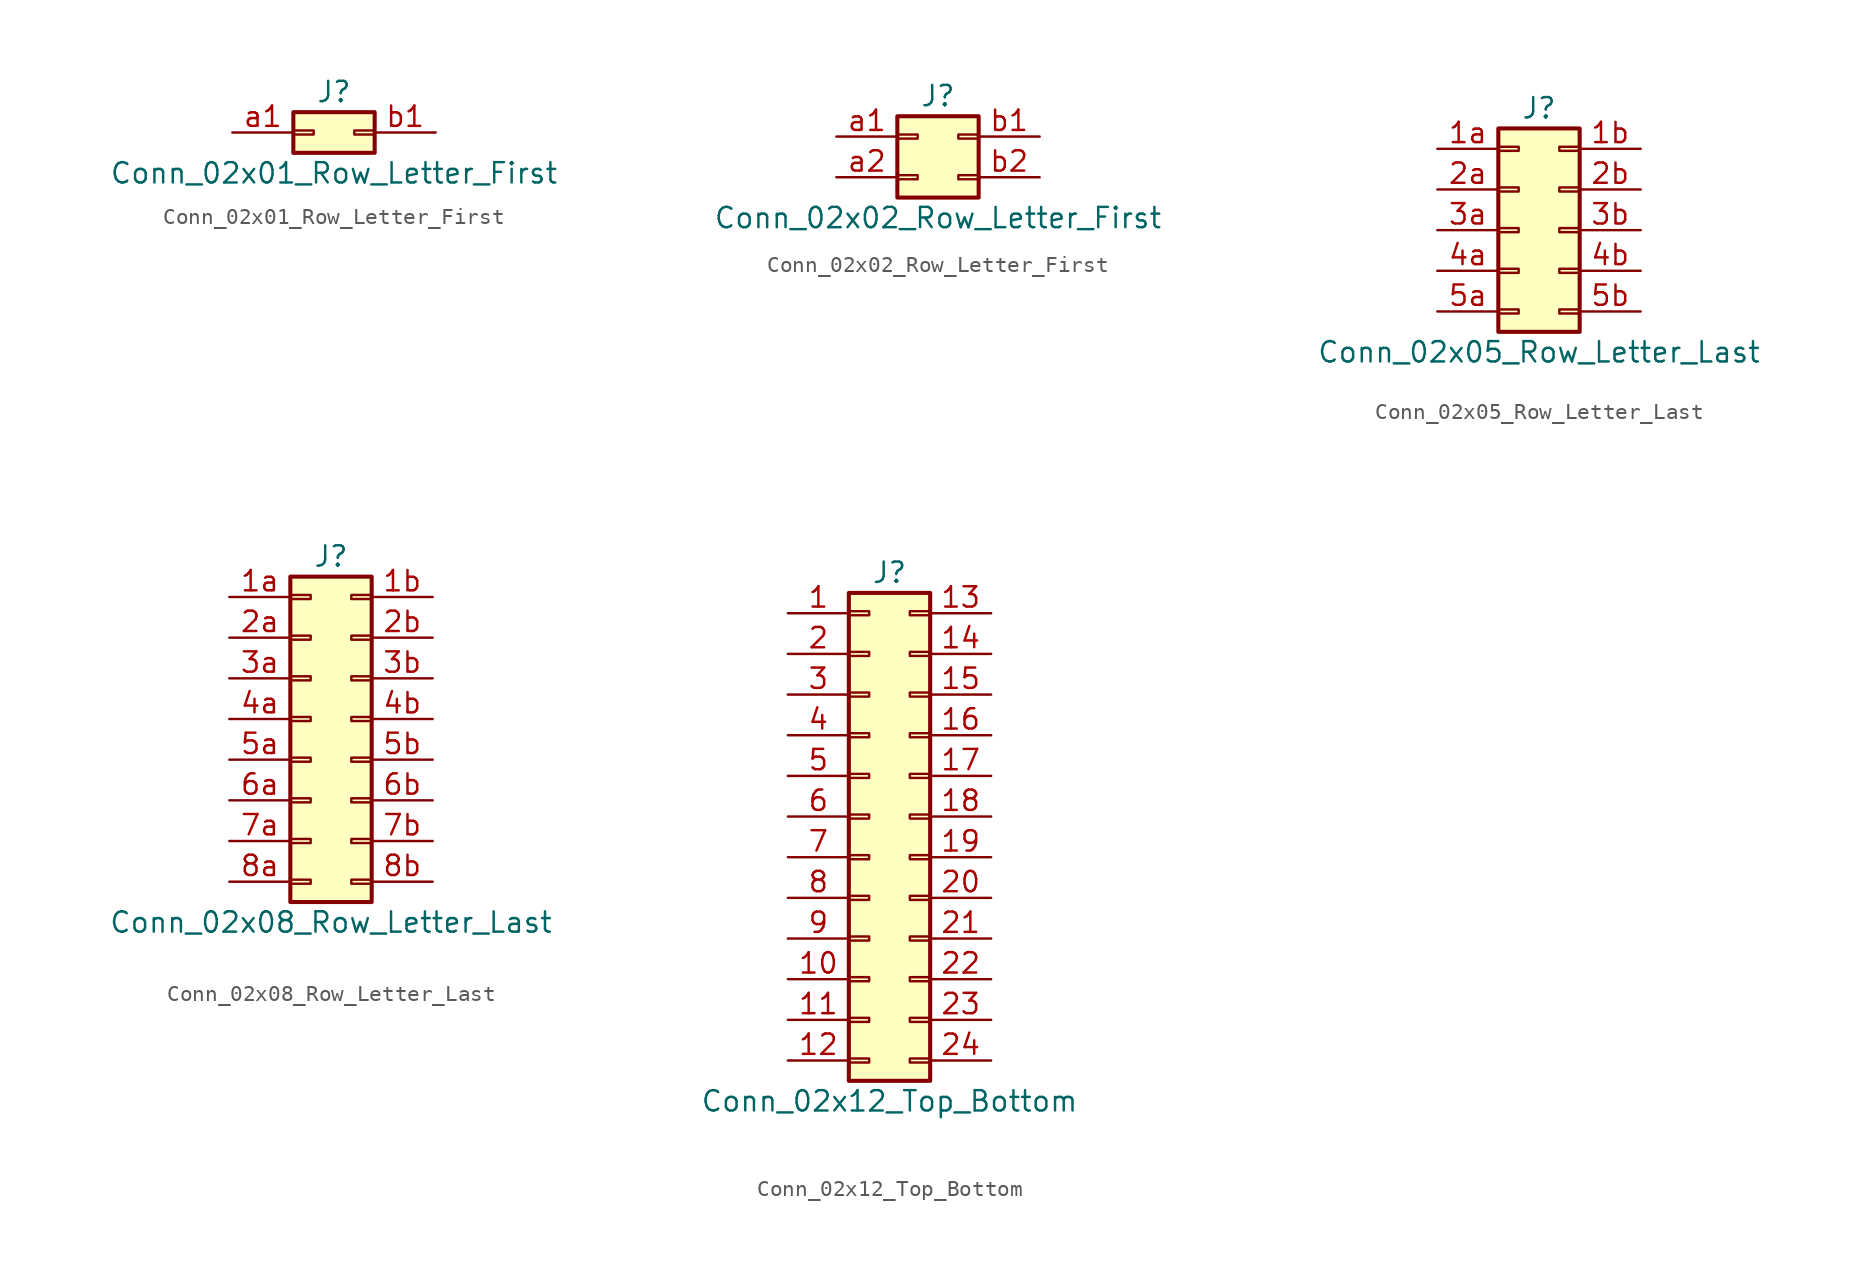
<source format=kicad_sym>
(kicad_symbol_lib
  (version 20211014)
  (generator kicad_symbol_editor)
  (symbol "Conn_02x01_Row_Letter_First"
    (pin_names
      (offset 1.016) hide)
    (property "Reference" "J"
      (at 1.27 2.54 0)
      (effects (font (size 1.27 1.27))))
    (property "Value" "Conn_02x01_Row_Letter_First"
      (at 1.27 -2.54 0)
      (effects (font (size 1.27 1.27))))
    (symbol "Conn_02x01_Row_Letter_First_1_1"
      (rectangle (start -1.27 0.127) (end 0 -0.127) (stroke (width 0.152) (type default) (color 0 0 0 0)) (fill (type none)))
      (rectangle (start -1.27 1.27) (end 3.81 -1.27) (stroke (width 0.254) (type default) (color 0 0 0 0)) (fill (type background)))
      (rectangle (start 3.81 0.127) (end 2.54 -0.127) (stroke (width 0.152) (type default) (color 0 0 0 0)) (fill (type none)))
      (pin passive line (at -5.08 0 0) (length 3.81) (name "Pin_a1" (effects (font (size 1.27 1.27)))) (number "a1" (effects (font (size 1.27 1.27)))))
      (pin passive line (at 7.62 0 180) (length 3.81) (name "Pin_b1" (effects (font (size 1.27 1.27)))) (number "b1" (effects (font (size 1.27 1.27)))))))
  (symbol "Conn_02x02_Row_Letter_First"
    (pin_names
      (offset 1.016) hide)
    (property "Reference" "J"
      (at 1.27 2.54 0)
      (effects (font (size 1.27 1.27))))
    (property "Value" "Conn_02x02_Row_Letter_First"
      (at 1.27 -5.08 0)
      (effects (font (size 1.27 1.27))))
    (symbol "Conn_02x02_Row_Letter_First_1_1"
      (rectangle (start -1.27 -2.413) (end 0 -2.667) (stroke (width 0.152) (type default) (color 0 0 0 0)) (fill (type none)))
      (rectangle (start -1.27 0.127) (end 0 -0.127) (stroke (width 0.152) (type default) (color 0 0 0 0)) (fill (type none)))
      (rectangle (start -1.27 1.27) (end 3.81 -3.81) (stroke (width 0.254) (type default) (color 0 0 0 0)) (fill (type background)))
      (rectangle (start 3.81 -2.413) (end 2.54 -2.667) (stroke (width 0.152) (type default) (color 0 0 0 0)) (fill (type none)))
      (rectangle (start 3.81 0.127) (end 2.54 -0.127) (stroke (width 0.152) (type default) (color 0 0 0 0)) (fill (type none)))
      (pin passive line (at -5.08 0 0) (length 3.81) (name "Pin_a1" (effects (font (size 1.27 1.27)))) (number "a1" (effects (font (size 1.27 1.27)))))
      (pin passive line (at -5.08 -2.54 0) (length 3.81) (name "Pin_a2" (effects (font (size 1.27 1.27)))) (number "a2" (effects (font (size 1.27 1.27)))))
      (pin passive line (at 7.62 0 180) (length 3.81) (name "Pin_b1" (effects (font (size 1.27 1.27)))) (number "b1" (effects (font (size 1.27 1.27)))))
      (pin passive line (at 7.62 -2.54 180) (length 3.81) (name "Pin_b2" (effects (font (size 1.27 1.27)))) (number "b2" (effects (font (size 1.27 1.27)))))))
  (symbol "Conn_02x05_Row_Letter_Last"
    (pin_names
      (offset 1.016) hide)
    (property "Reference" "J"
      (at 1.27 7.62 0)
      (effects (font (size 1.27 1.27))))
    (property "Value" "Conn_02x05_Row_Letter_Last"
      (at 1.27 -7.62 0)
      (effects (font (size 1.27 1.27))))
    (symbol "Conn_02x05_Row_Letter_Last_1_1"
      (rectangle (start -1.27 -4.953) (end 0 -5.207) (stroke (width 0.152) (type default) (color 0 0 0 0)) (fill (type none)))
      (rectangle (start -1.27 -2.413) (end 0 -2.667) (stroke (width 0.152) (type default) (color 0 0 0 0)) (fill (type none)))
      (rectangle (start -1.27 0.127) (end 0 -0.127) (stroke (width 0.152) (type default) (color 0 0 0 0)) (fill (type none)))
      (rectangle (start -1.27 2.667) (end 0 2.413) (stroke (width 0.152) (type default) (color 0 0 0 0)) (fill (type none)))
      (rectangle (start -1.27 5.207) (end 0 4.953) (stroke (width 0.152) (type default) (color 0 0 0 0)) (fill (type none)))
      (rectangle (start -1.27 6.35) (end 3.81 -6.35) (stroke (width 0.254) (type default) (color 0 0 0 0)) (fill (type background)))
      (rectangle (start 3.81 -4.953) (end 2.54 -5.207) (stroke (width 0.152) (type default) (color 0 0 0 0)) (fill (type none)))
      (rectangle (start 3.81 -2.413) (end 2.54 -2.667) (stroke (width 0.152) (type default) (color 0 0 0 0)) (fill (type none)))
      (rectangle (start 3.81 0.127) (end 2.54 -0.127) (stroke (width 0.152) (type default) (color 0 0 0 0)) (fill (type none)))
      (rectangle (start 3.81 2.667) (end 2.54 2.413) (stroke (width 0.152) (type default) (color 0 0 0 0)) (fill (type none)))
      (rectangle (start 3.81 5.207) (end 2.54 4.953) (stroke (width 0.152) (type default) (color 0 0 0 0)) (fill (type none)))
      (pin passive line (at -5.08 5.08 0) (length 3.81) (name "Pin_1a" (effects (font (size 1.27 1.27)))) (number "1a" (effects (font (size 1.27 1.27)))))
      (pin passive line (at 7.62 5.08 180) (length 3.81) (name "Pin_1b" (effects (font (size 1.27 1.27)))) (number "1b" (effects (font (size 1.27 1.27)))))
      (pin passive line (at -5.08 2.54 0) (length 3.81) (name "Pin_2a" (effects (font (size 1.27 1.27)))) (number "2a" (effects (font (size 1.27 1.27)))))
      (pin passive line (at 7.62 2.54 180) (length 3.81) (name "Pin_2b" (effects (font (size 1.27 1.27)))) (number "2b" (effects (font (size 1.27 1.27)))))
      (pin passive line (at -5.08 0 0) (length 3.81) (name "Pin_3a" (effects (font (size 1.27 1.27)))) (number "3a" (effects (font (size 1.27 1.27)))))
      (pin passive line (at 7.62 0 180) (length 3.81) (name "Pin_3b" (effects (font (size 1.27 1.27)))) (number "3b" (effects (font (size 1.27 1.27)))))
      (pin passive line (at -5.08 -2.54 0) (length 3.81) (name "Pin_4a" (effects (font (size 1.27 1.27)))) (number "4a" (effects (font (size 1.27 1.27)))))
      (pin passive line (at 7.62 -2.54 180) (length 3.81) (name "Pin_4b" (effects (font (size 1.27 1.27)))) (number "4b" (effects (font (size 1.27 1.27)))))
      (pin passive line (at -5.08 -5.08 0) (length 3.81) (name "Pin_5a" (effects (font (size 1.27 1.27)))) (number "5a" (effects (font (size 1.27 1.27)))))
      (pin passive line (at 7.62 -5.08 180) (length 3.81) (name "Pin_5b" (effects (font (size 1.27 1.27)))) (number "5b" (effects (font (size 1.27 1.27)))))))
  (symbol "Conn_02x08_Row_Letter_Last"
    (pin_names
      (offset 1.016) hide)
    (property "Reference" "J"
      (at 1.27 10.16 0)
      (effects (font (size 1.27 1.27))))
    (property "Value" "Conn_02x08_Row_Letter_Last"
      (at 1.27 -12.7 0)
      (effects (font (size 1.27 1.27))))
    (symbol "Conn_02x08_Row_Letter_Last_1_1"
      (rectangle (start -1.27 -10.033) (end 0 -10.287) (stroke (width 0.152) (type default) (color 0 0 0 0)) (fill (type none)))
      (rectangle (start -1.27 -7.493) (end 0 -7.747) (stroke (width 0.152) (type default) (color 0 0 0 0)) (fill (type none)))
      (rectangle (start -1.27 -4.953) (end 0 -5.207) (stroke (width 0.152) (type default) (color 0 0 0 0)) (fill (type none)))
      (rectangle (start -1.27 -2.413) (end 0 -2.667) (stroke (width 0.152) (type default) (color 0 0 0 0)) (fill (type none)))
      (rectangle (start -1.27 0.127) (end 0 -0.127) (stroke (width 0.152) (type default) (color 0 0 0 0)) (fill (type none)))
      (rectangle (start -1.27 2.667) (end 0 2.413) (stroke (width 0.152) (type default) (color 0 0 0 0)) (fill (type none)))
      (rectangle (start -1.27 5.207) (end 0 4.953) (stroke (width 0.152) (type default) (color 0 0 0 0)) (fill (type none)))
      (rectangle (start -1.27 7.747) (end 0 7.493) (stroke (width 0.152) (type default) (color 0 0 0 0)) (fill (type none)))
      (rectangle (start -1.27 8.89) (end 3.81 -11.43) (stroke (width 0.254) (type default) (color 0 0 0 0)) (fill (type background)))
      (rectangle (start 3.81 -10.033) (end 2.54 -10.287) (stroke (width 0.152) (type default) (color 0 0 0 0)) (fill (type none)))
      (rectangle (start 3.81 -7.493) (end 2.54 -7.747) (stroke (width 0.152) (type default) (color 0 0 0 0)) (fill (type none)))
      (rectangle (start 3.81 -4.953) (end 2.54 -5.207) (stroke (width 0.152) (type default) (color 0 0 0 0)) (fill (type none)))
      (rectangle (start 3.81 -2.413) (end 2.54 -2.667) (stroke (width 0.152) (type default) (color 0 0 0 0)) (fill (type none)))
      (rectangle (start 3.81 0.127) (end 2.54 -0.127) (stroke (width 0.152) (type default) (color 0 0 0 0)) (fill (type none)))
      (rectangle (start 3.81 2.667) (end 2.54 2.413) (stroke (width 0.152) (type default) (color 0 0 0 0)) (fill (type none)))
      (rectangle (start 3.81 5.207) (end 2.54 4.953) (stroke (width 0.152) (type default) (color 0 0 0 0)) (fill (type none)))
      (rectangle (start 3.81 7.747) (end 2.54 7.493) (stroke (width 0.152) (type default) (color 0 0 0 0)) (fill (type none)))
      (pin passive line (at -5.08 7.62 0) (length 3.81) (name "Pin_1a" (effects (font (size 1.27 1.27)))) (number "1a" (effects (font (size 1.27 1.27)))))
      (pin passive line (at 7.62 7.62 180) (length 3.81) (name "Pin_1b" (effects (font (size 1.27 1.27)))) (number "1b" (effects (font (size 1.27 1.27)))))
      (pin passive line (at -5.08 5.08 0) (length 3.81) (name "Pin_2a" (effects (font (size 1.27 1.27)))) (number "2a" (effects (font (size 1.27 1.27)))))
      (pin passive line (at 7.62 5.08 180) (length 3.81) (name "Pin_2b" (effects (font (size 1.27 1.27)))) (number "2b" (effects (font (size 1.27 1.27)))))
      (pin passive line (at -5.08 2.54 0) (length 3.81) (name "Pin_3a" (effects (font (size 1.27 1.27)))) (number "3a" (effects (font (size 1.27 1.27)))))
      (pin passive line (at 7.62 2.54 180) (length 3.81) (name "Pin_3b" (effects (font (size 1.27 1.27)))) (number "3b" (effects (font (size 1.27 1.27)))))
      (pin passive line (at -5.08 0 0) (length 3.81) (name "Pin_4a" (effects (font (size 1.27 1.27)))) (number "4a" (effects (font (size 1.27 1.27)))))
      (pin passive line (at 7.62 0 180) (length 3.81) (name "Pin_4b" (effects (font (size 1.27 1.27)))) (number "4b" (effects (font (size 1.27 1.27)))))
      (pin passive line (at -5.08 -2.54 0) (length 3.81) (name "Pin_5a" (effects (font (size 1.27 1.27)))) (number "5a" (effects (font (size 1.27 1.27)))))
      (pin passive line (at 7.62 -2.54 180) (length 3.81) (name "Pin_5b" (effects (font (size 1.27 1.27)))) (number "5b" (effects (font (size 1.27 1.27)))))
      (pin passive line (at -5.08 -5.08 0) (length 3.81) (name "Pin_6a" (effects (font (size 1.27 1.27)))) (number "6a" (effects (font (size 1.27 1.27)))))
      (pin passive line (at 7.62 -5.08 180) (length 3.81) (name "Pin_6b" (effects (font (size 1.27 1.27)))) (number "6b" (effects (font (size 1.27 1.27)))))
      (pin passive line (at -5.08 -7.62 0) (length 3.81) (name "Pin_7a" (effects (font (size 1.27 1.27)))) (number "7a" (effects (font (size 1.27 1.27)))))
      (pin passive line (at 7.62 -7.62 180) (length 3.81) (name "Pin_7b" (effects (font (size 1.27 1.27)))) (number "7b" (effects (font (size 1.27 1.27)))))
      (pin passive line (at -5.08 -10.16 0) (length 3.81) (name "Pin_8a" (effects (font (size 1.27 1.27)))) (number "8a" (effects (font (size 1.27 1.27)))))
      (pin passive line (at 7.62 -10.16 180) (length 3.81) (name "Pin_8b" (effects (font (size 1.27 1.27)))) (number "8b" (effects (font (size 1.27 1.27)))))))
  (symbol "Conn_02x12_Top_Bottom"
    (pin_names
      (offset 1.016) hide)
    (property "Reference" "J"
      (at 1.27 15.24 0)
      (effects (font (size 1.27 1.27))))
    (property "Value" "Conn_02x12_Top_Bottom"
      (at 1.27 -17.78 0)
      (effects (font (size 1.27 1.27))))
    (symbol "Conn_02x12_Top_Bottom_1_1"
      (rectangle (start -1.27 -15.113) (end 0 -15.367) (stroke (width 0.152) (type default) (color 0 0 0 0)) (fill (type none)))
      (rectangle (start -1.27 -12.573) (end 0 -12.827) (stroke (width 0.152) (type default) (color 0 0 0 0)) (fill (type none)))
      (rectangle (start -1.27 -10.033) (end 0 -10.287) (stroke (width 0.152) (type default) (color 0 0 0 0)) (fill (type none)))
      (rectangle (start -1.27 -7.493) (end 0 -7.747) (stroke (width 0.152) (type default) (color 0 0 0 0)) (fill (type none)))
      (rectangle (start -1.27 -4.953) (end 0 -5.207) (stroke (width 0.152) (type default) (color 0 0 0 0)) (fill (type none)))
      (rectangle (start -1.27 -2.413) (end 0 -2.667) (stroke (width 0.152) (type default) (color 0 0 0 0)) (fill (type none)))
      (rectangle (start -1.27 0.127) (end 0 -0.127) (stroke (width 0.152) (type default) (color 0 0 0 0)) (fill (type none)))
      (rectangle (start -1.27 2.667) (end 0 2.413) (stroke (width 0.152) (type default) (color 0 0 0 0)) (fill (type none)))
      (rectangle (start -1.27 5.207) (end 0 4.953) (stroke (width 0.152) (type default) (color 0 0 0 0)) (fill (type none)))
      (rectangle (start -1.27 7.747) (end 0 7.493) (stroke (width 0.152) (type default) (color 0 0 0 0)) (fill (type none)))
      (rectangle (start -1.27 10.287) (end 0 10.033) (stroke (width 0.152) (type default) (color 0 0 0 0)) (fill (type none)))
      (rectangle (start -1.27 12.827) (end 0 12.573) (stroke (width 0.152) (type default) (color 0 0 0 0)) (fill (type none)))
      (rectangle (start -1.27 13.97) (end 3.81 -16.51) (stroke (width 0.254) (type default) (color 0 0 0 0)) (fill (type background)))
      (rectangle (start 3.81 -15.113) (end 2.54 -15.367) (stroke (width 0.152) (type default) (color 0 0 0 0)) (fill (type none)))
      (rectangle (start 3.81 -12.573) (end 2.54 -12.827) (stroke (width 0.152) (type default) (color 0 0 0 0)) (fill (type none)))
      (rectangle (start 3.81 -10.033) (end 2.54 -10.287) (stroke (width 0.152) (type default) (color 0 0 0 0)) (fill (type none)))
      (rectangle (start 3.81 -7.493) (end 2.54 -7.747) (stroke (width 0.152) (type default) (color 0 0 0 0)) (fill (type none)))
      (rectangle (start 3.81 -4.953) (end 2.54 -5.207) (stroke (width 0.152) (type default) (color 0 0 0 0)) (fill (type none)))
      (rectangle (start 3.81 -2.413) (end 2.54 -2.667) (stroke (width 0.152) (type default) (color 0 0 0 0)) (fill (type none)))
      (rectangle (start 3.81 0.127) (end 2.54 -0.127) (stroke (width 0.152) (type default) (color 0 0 0 0)) (fill (type none)))
      (rectangle (start 3.81 2.667) (end 2.54 2.413) (stroke (width 0.152) (type default) (color 0 0 0 0)) (fill (type none)))
      (rectangle (start 3.81 5.207) (end 2.54 4.953) (stroke (width 0.152) (type default) (color 0 0 0 0)) (fill (type none)))
      (rectangle (start 3.81 7.747) (end 2.54 7.493) (stroke (width 0.152) (type default) (color 0 0 0 0)) (fill (type none)))
      (rectangle (start 3.81 10.287) (end 2.54 10.033) (stroke (width 0.152) (type default) (color 0 0 0 0)) (fill (type none)))
      (rectangle (start 3.81 12.827) (end 2.54 12.573) (stroke (width 0.152) (type default) (color 0 0 0 0)) (fill (type none)))
      (pin passive line (at -5.08 12.7 0) (length 3.81) (name "Pin_1" (effects (font (size 1.27 1.27)))) (number "1" (effects (font (size 1.27 1.27)))))
      (pin passive line (at -5.08 -10.16 0) (length 3.81) (name "Pin_10" (effects (font (size 1.27 1.27)))) (number "10" (effects (font (size 1.27 1.27)))))
      (pin passive line (at -5.08 -12.7 0) (length 3.81) (name "Pin_11" (effects (font (size 1.27 1.27)))) (number "11" (effects (font (size 1.27 1.27)))))
      (pin passive line (at -5.08 -15.24 0) (length 3.81) (name "Pin_12" (effects (font (size 1.27 1.27)))) (number "12" (effects (font (size 1.27 1.27)))))
      (pin passive line (at 7.62 12.7 180) (length 3.81) (name "Pin_13" (effects (font (size 1.27 1.27)))) (number "13" (effects (font (size 1.27 1.27)))))
      (pin passive line (at 7.62 10.16 180) (length 3.81) (name "Pin_14" (effects (font (size 1.27 1.27)))) (number "14" (effects (font (size 1.27 1.27)))))
      (pin passive line (at 7.62 7.62 180) (length 3.81) (name "Pin_15" (effects (font (size 1.27 1.27)))) (number "15" (effects (font (size 1.27 1.27)))))
      (pin passive line (at 7.62 5.08 180) (length 3.81) (name "Pin_16" (effects (font (size 1.27 1.27)))) (number "16" (effects (font (size 1.27 1.27)))))
      (pin passive line (at 7.62 2.54 180) (length 3.81) (name "Pin_17" (effects (font (size 1.27 1.27)))) (number "17" (effects (font (size 1.27 1.27)))))
      (pin passive line (at 7.62 0 180) (length 3.81) (name "Pin_18" (effects (font (size 1.27 1.27)))) (number "18" (effects (font (size 1.27 1.27)))))
      (pin passive line (at 7.62 -2.54 180) (length 3.81) (name "Pin_19" (effects (font (size 1.27 1.27)))) (number "19" (effects (font (size 1.27 1.27)))))
      (pin passive line (at -5.08 10.16 0) (length 3.81) (name "Pin_2" (effects (font (size 1.27 1.27)))) (number "2" (effects (font (size 1.27 1.27)))))
      (pin passive line (at 7.62 -5.08 180) (length 3.81) (name "Pin_20" (effects (font (size 1.27 1.27)))) (number "20" (effects (font (size 1.27 1.27)))))
      (pin passive line (at 7.62 -7.62 180) (length 3.81) (name "Pin_21" (effects (font (size 1.27 1.27)))) (number "21" (effects (font (size 1.27 1.27)))))
      (pin passive line (at 7.62 -10.16 180) (length 3.81) (name "Pin_22" (effects (font (size 1.27 1.27)))) (number "22" (effects (font (size 1.27 1.27)))))
      (pin passive line (at 7.62 -12.7 180) (length 3.81) (name "Pin_23" (effects (font (size 1.27 1.27)))) (number "23" (effects (font (size 1.27 1.27)))))
      (pin passive line (at 7.62 -15.24 180) (length 3.81) (name "Pin_24" (effects (font (size 1.27 1.27)))) (number "24" (effects (font (size 1.27 1.27)))))
      (pin passive line (at -5.08 7.62 0) (length 3.81) (name "Pin_3" (effects (font (size 1.27 1.27)))) (number "3" (effects (font (size 1.27 1.27)))))
      (pin passive line (at -5.08 5.08 0) (length 3.81) (name "Pin_4" (effects (font (size 1.27 1.27)))) (number "4" (effects (font (size 1.27 1.27)))))
      (pin passive line (at -5.08 2.54 0) (length 3.81) (name "Pin_5" (effects (font (size 1.27 1.27)))) (number "5" (effects (font (size 1.27 1.27)))))
      (pin passive line (at -5.08 0 0) (length 3.81) (name "Pin_6" (effects (font (size 1.27 1.27)))) (number "6" (effects (font (size 1.27 1.27)))))
      (pin passive line (at -5.08 -2.54 0) (length 3.81) (name "Pin_7" (effects (font (size 1.27 1.27)))) (number "7" (effects (font (size 1.27 1.27)))))
      (pin passive line (at -5.08 -5.08 0) (length 3.81) (name "Pin_8" (effects (font (size 1.27 1.27)))) (number "8" (effects (font (size 1.27 1.27)))))
      (pin passive line (at -5.08 -7.62 0) (length 3.81) (name "Pin_9" (effects (font (size 1.27 1.27)))) (number "9" (effects (font (size 1.27 1.27))))))))
</source>
